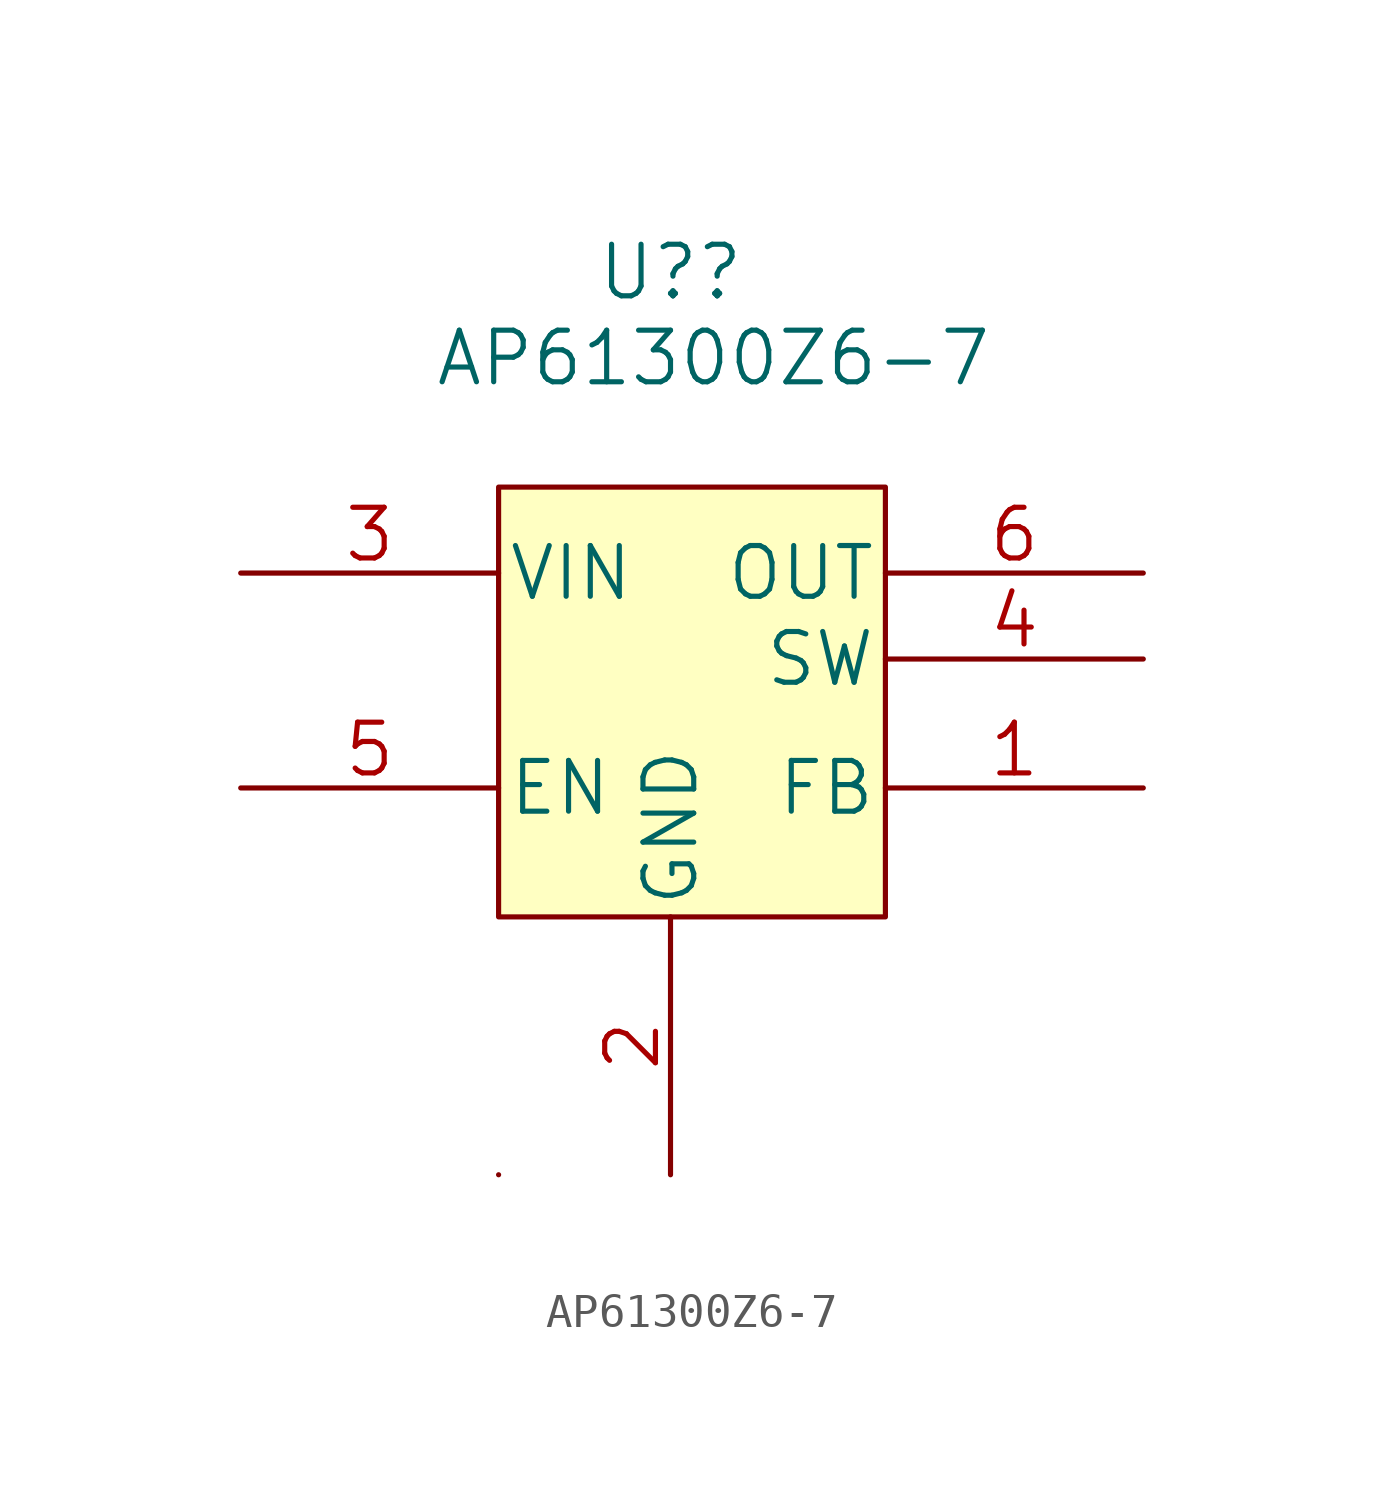
<source format=kicad_sym>
(kicad_symbol_lib
  (version 20211014)
  (generator kicad_symbol_editor)
  (symbol "AP61300Z6-7"
    (pin_names
      (offset 0.254))
    (property "Reference" "U?"
      (at 5.08 6.35 0)
      (effects (font (size 1.524 1.524))))
    (property "Value" "AP61300Z6-7"
      (at 6.35 3.81 0)
      (effects (font (size 1.524 1.524))))
    (symbol "AP61300Z6-7_0_1"
      (rectangle (start 0 -20.32) (end 0 -20.32) (stroke (width 0) (type default) (color 0 0 0 0)) (fill (type none)))
      (rectangle (start 0 0) (end 11.43 -12.7) (stroke (width 0) (type default) (color 0 0 0 0)) (fill (type background))))
    (symbol "AP61300Z6-7_1_1"
      (pin input line (at 19.05 -8.89 180) (length 7.62) (name "FB" (effects (font (size 1.499 1.499)))) (number "1" (effects (font (size 1.499 1.499)))))
      (pin power_in line (at 5.08 -20.32 90) (length 7.62) (name "GND" (effects (font (size 1.499 1.499)))) (number "2" (effects (font (size 1.499 1.499)))))
      (pin power_in line (at -7.62 -2.54 0) (length 7.62) (name "VIN" (effects (font (size 1.499 1.499)))) (number "3" (effects (font (size 1.499 1.499)))))
      (pin output line (at 19.05 -5.08 180) (length 7.62) (name "SW" (effects (font (size 1.499 1.499)))) (number "4" (effects (font (size 1.499 1.499)))))
      (pin input line (at -7.62 -8.89 0) (length 7.62) (name "EN" (effects (font (size 1.499 1.499)))) (number "5" (effects (font (size 1.499 1.499)))))
      (pin output line (at 19.05 -2.54 180) (length 7.62) (name "OUT" (effects (font (size 1.499 1.499)))) (number "6" (effects (font (size 1.499 1.499))))))))
</source>
